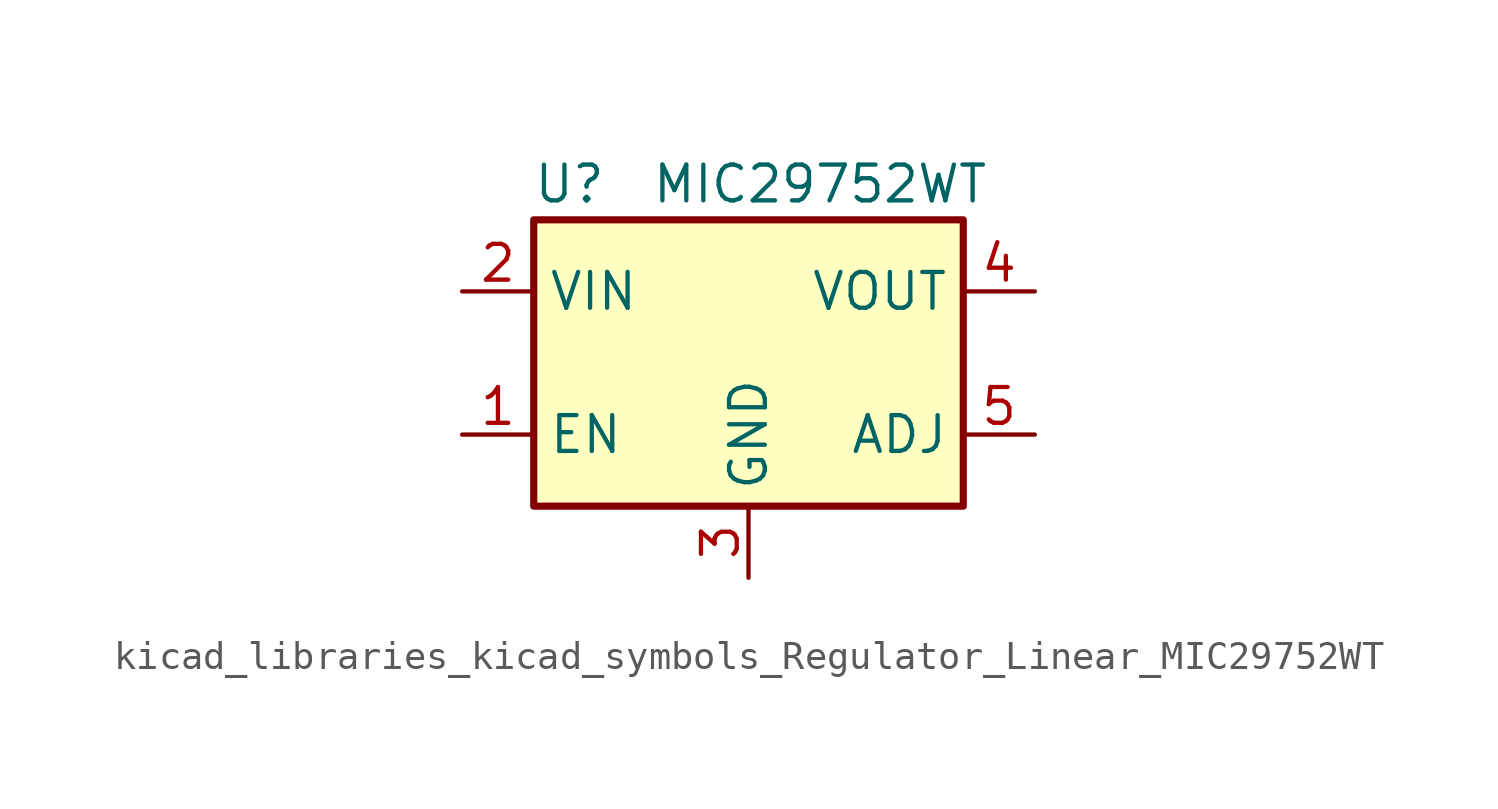
<source format=kicad_sym>
(kicad_symbol_lib
  (version 20220914)
  (generator kicad_symbol_editor)
  (symbol "kicad_libraries_kicad_symbols_Regulator_Linear_MIC29752WT"
    (property "Reference" "U"
      (at -6.35 6.35 0)
      (effects (font (size 1.27 1.27))))
    (property "Value" "MIC29752WT"
      (at 2.54 6.35 0)
      (effects (font (size 1.27 1.27))))
    (symbol "kicad_libraries_kicad_symbols_Regulator_Linear_MIC29752WT_1_1"
      (rectangle (start -7.62 5.08) (end 7.62 -5.08) (stroke (width 0.254) (type default)) (fill (type background)))
      (pin input line (at -10.16 -2.54 0) (length 2.54) (name "EN" (effects (font (size 1.27 1.27)))) (number "1" (effects (font (size 1.27 1.27)))))
      (pin power_in line (at -10.16 2.54 0) (length 2.54) (name "VIN" (effects (font (size 1.27 1.27)))) (number "2" (effects (font (size 1.27 1.27)))))
      (pin power_in line (at 0 -7.62 90) (length 2.54) (name "GND" (effects (font (size 1.27 1.27)))) (number "3" (effects (font (size 1.27 1.27)))))
      (pin power_out line (at 10.16 2.54 180) (length 2.54) (name "VOUT" (effects (font (size 1.27 1.27)))) (number "4" (effects (font (size 1.27 1.27)))))
      (pin input line (at 10.16 -2.54 180) (length 2.54) (name "ADJ" (effects (font (size 1.27 1.27)))) (number "5" (effects (font (size 1.27 1.27))))))))
</source>
